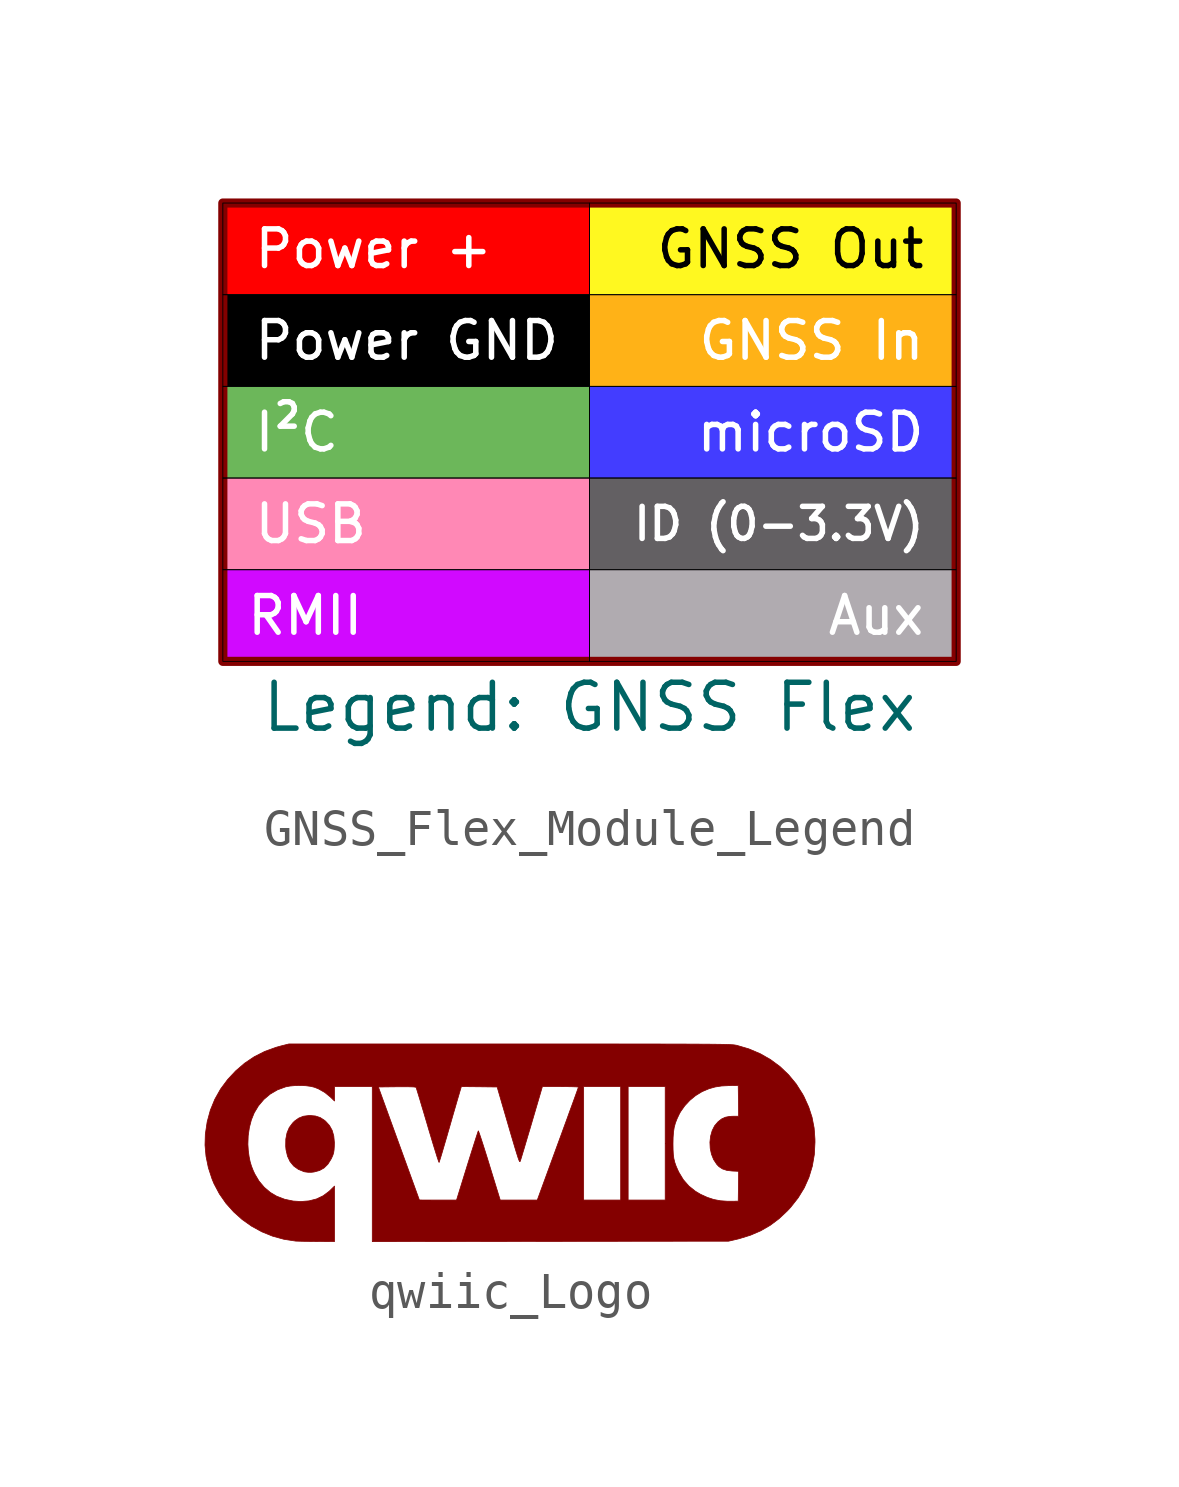
<source format=kicad_sym>
(kicad_symbol_lib
  (version 20241209)
  (generator "kicad_symbol_editor")
  (generator_version "9.0")
  (symbol "GNSS_Flex_Module_Legend"
    (pin_numbers
      (hide yes))
    (pin_names
      (offset 1.016)
      (hide yes))
    (property "Reference" "J"
      (at -9.525 7.62 0)
      (effects (font (size 1.27 1.27)) (hide yes)))
    (property "Value" "Legend: GNSS Flex"
      (at 0 -7.62 0)
      (effects (font (size 1.27 1.27))))
    (symbol "GNSS_Flex_Module_Legend_1_1"
      (rectangle (start -10.16 6.35) (end 10.16 -6.35) (stroke (width 0.254) (type default)) (fill (type none)))
      (text_box "Power +" (at -10.16 6.35 0) (size 10.16 -2.54) (margins 0.813 0.813 0.813 0.813) (stroke (width 0.025) (type solid) (color 0 0 1 1)) (fill (type color) (color 255 0 0 1)) (effects (font (size 1.016 1.016) (color 255 255 255 1)) (justify left)))
      (text_box "Power GND" (at -10.16 3.81 0) (size 10.16 -2.54) (margins 0.813 0.813 0.813 0.813) (stroke (width 0.025) (type solid) (color 0 0 1 1)) (fill (type color) (color 0 0 0 1)) (effects (font (size 1.016 1.016) (color 255 255 255 1)) (justify left)))
      (text_box "I²C" (at -10.16 1.27 0) (size 10.16 -2.54) (margins 0.813 0.813 0.813 0.813) (stroke (width 0.025) (type solid) (color 0 0 1 1)) (fill (type color) (color 108 183 90 1)) (effects (font (size 1.016 1.016) (color 255 255 255 1)) (justify left)))
      (text_box "USB" (at -10.16 -1.27 0) (size 10.16 -2.54) (margins 0.813 0.813 0.813 0.813) (stroke (width 0.025) (type solid) (color 0 0 1 1)) (fill (type color) (color 255 136 181 1)) (effects (font (size 1.016 1.016) (color 255 255 255 1)) (justify left)))
      (text_box "RMII" (at -10.16 -3.81 0) (size 10.16 -2.54) (margins 0.61 0.61 0.61 0.61) (stroke (width 0.025) (type solid) (color 0 0 1 1)) (fill (type color) (color 209 9 255 1)) (effects (font (size 1.016 1.016) (color 255 255 255 1)) (justify left)))
      (text_box "GNSS Out" (at 0 6.35 0) (size 10.16 -2.54) (margins 0.813 0.813 0.813 0.813) (stroke (width 0.025) (type solid) (color 0 0 1 1)) (fill (type color) (color 255 248 32 1)) (effects (font (size 1.016 1.016) (color 0 0 0 1)) (justify right)))
      (text_box "GNSS In" (at 0 3.81 0) (size 10.16 -2.54) (margins 0.813 0.813 0.813 0.813) (stroke (width 0.025) (type solid) (color 0 0 1 1)) (fill (type color) (color 255 178 23 1)) (effects (font (size 1.016 1.016) (color 255 255 255 1)) (justify right)))
      (text_box "microSD" (at 0 1.27 0) (size 10.16 -2.54) (margins 0.813 0.813 0.813 0.813) (stroke (width 0.025) (type solid) (color 0 0 1 1)) (fill (type color) (color 67 61 255 1)) (effects (font (size 1.016 1.016) (color 255 255 255 1)) (justify right)))
      (text_box "ID (0-3.3V)" (at 0 -1.27 0) (size 10.16 -2.54) (margins 0.813 0.813 0.813 0.813) (stroke (width 0.025) (type solid) (color 0 0 1 1)) (fill (type color) (color 99 96 99 1)) (effects (font (size 0.889 0.889) (color 255 255 255 1)) (justify right)))
      (text_box "Aux" (at 0 -3.81 0) (size 10.16 -2.54) (margins 0.813 0.813 0.813 0.813) (stroke (width 0.025) (type solid) (color 0 0 1 1)) (fill (type color) (color 176 171 176 1)) (effects (font (size 1.016 1.016) (color 255 255 255 1)) (justify right)))))
  (symbol "qwiic_Logo"
    (pin_names
      (offset 1.016))
    (property "Reference" "G"
      (at 0 3.81 0)
      (effects (font (size 1.27 1.27)) (hide yes)))
    (symbol "qwiic_Logo_0_0"
      (polyline (pts (xy -5.433 -0.845) (xy -5.281 -0.804) (xy -5.154 -0.733) (xy -5.049 -0.629) (xy -4.961 -0.489) (xy -4.939 -0.444) (xy -4.908 -0.373) (xy -4.889 -0.31) (xy -4.878 -0.236) (xy -4.871 -0.138) (xy -4.869 -0.027) (xy -4.886 0.154) (xy -4.931 0.309) (xy -5.006 0.443) (xy -5.112 0.56) (xy -5.143 0.586) (xy -5.261 0.662) (xy -5.391 0.705) (xy -5.544 0.719) (xy -5.577 0.718) (xy -5.726 0.699) (xy -5.854 0.648) (xy -5.971 0.565) (xy -6.024 0.512) (xy -6.119 0.384) (xy -6.181 0.236) (xy -6.214 0.065) (xy -6.217 -0.133) (xy -6.208 -0.23) (xy -6.167 -0.407) (xy -6.096 -0.557) (xy -5.996 -0.679) (xy -5.867 -0.772) (xy -5.71 -0.836) (xy -5.684 -0.842) (xy -5.596 -0.853) (xy -5.511 -0.854) (xy -5.433 -0.845)) (stroke (width 0.01) (type default)) (fill (type outline)))
      (polyline (pts (xy 1.114 -2.767) (xy 6.047 -2.761) (xy 6.246 -2.715) (xy 6.337 -2.693) (xy 6.651 -2.596) (xy 6.936 -2.474) (xy 7.199 -2.322) (xy 7.444 -2.138) (xy 7.676 -1.92) (xy 7.765 -1.824) (xy 7.973 -1.56) (xy 8.142 -1.284) (xy 8.272 -0.992) (xy 8.365 -0.685) (xy 8.421 -0.361) (xy 8.439 -0.02) (xy 8.438 0.066) (xy 8.415 0.375) (xy 8.358 0.668) (xy 8.266 0.951) (xy 8.138 1.234) (xy 8.097 1.31) (xy 7.918 1.593) (xy 7.708 1.847) (xy 7.471 2.073) (xy 7.207 2.268) (xy 6.919 2.432) (xy 6.607 2.564) (xy 6.273 2.662) (xy 6.259 2.665) (xy 6.24 2.668) (xy 6.219 2.672) (xy 6.193 2.675) (xy 6.162 2.678) (xy 6.123 2.68) (xy 6.075 2.683) (xy 6.018 2.685) (xy 5.949 2.687) (xy 5.867 2.689) (xy 5.771 2.69) (xy 5.659 2.692) (xy 5.53 2.693) (xy 5.382 2.694) (xy 5.215 2.695) (xy 5.026 2.696) (xy 4.815 2.697) (xy 4.579 2.698) (xy 4.318 2.698) (xy 4.03 2.699) (xy 3.713 2.699) (xy 3.367 2.699) (xy 2.989 2.7) (xy 2.579 2.7) (xy 2.135 2.7) (xy 1.655 2.7) (xy 1.139 2.7) (xy 0.584 2.7) (xy -0.01 2.7) (xy -6.129 2.7) (xy -6.351 2.644) (xy -6.484 2.607) (xy -6.796 2.494) (xy -7.085 2.348) (xy -7.352 2.169) (xy -7.602 1.954) (xy -7.823 1.718) (xy -8.02 1.452) (xy -8.18 1.168) (xy -8.304 0.865) (xy -8.391 0.544) (xy -8.442 0.203) (xy -8.451 -0.1) (xy -8.423 -0.412) (xy -8.358 -0.727) (xy -8.257 -1.037) (xy -8.202 -1.17) (xy -8.052 -1.452) (xy -7.87 -1.713) (xy -7.658 -1.95) (xy -7.42 -2.163) (xy -7.159 -2.347) (xy -6.878 -2.501) (xy -6.58 -2.622) (xy -6.267 -2.708) (xy -5.944 -2.758) (xy -5.922 -2.759) (xy -5.857 -2.761) (xy -5.761 -2.764) (xy -5.643 -2.766) (xy -5.508 -2.767) (xy -5.364 -2.769) (xy -4.866 -2.772) (xy -4.866 -2.004) (xy -4.866 -1.236) (xy -4.988 -1.355) (xy -5.014 -1.38) (xy -5.178 -1.503) (xy -5.364 -1.592) (xy -5.571 -1.645) (xy -5.796 -1.663) (xy -6.009 -1.65) (xy -6.244 -1.601) (xy -6.468 -1.515) (xy -6.642 -1.412) (xy -6.81 -1.27) (xy -6.955 -1.098) (xy -7.071 -0.903) (xy -7.116 -0.807) (xy -7.166 -0.68) (xy -7.203 -0.555) (xy -7.231 -0.417) (xy -7.253 -0.252) (xy -7.264 -0.077) (xy -7.256 0.155) (xy -7.223 0.385) (xy -7.167 0.6) (xy -7.09 0.79) (xy -6.974 0.984) (xy -6.822 1.164) (xy -6.645 1.313) (xy -6.444 1.43) (xy -6.22 1.512) (xy -6.217 1.513) (xy -6.099 1.535) (xy -5.959 1.548) (xy -5.808 1.551) (xy -5.66 1.544) (xy -5.527 1.527) (xy -5.421 1.501) (xy -5.312 1.458) (xy -5.135 1.358) (xy -4.974 1.226) (xy -4.866 1.121) (xy -4.866 1.32) (xy -4.866 1.52) (xy -4.343 1.52) (xy -3.819 1.52) (xy -3.819 1.509) (xy -3.651 1.509) (xy -3.136 1.515) (xy -3.073 1.515) (xy -2.905 1.516) (xy -2.776 1.514) (xy -2.685 1.511) (xy -2.629 1.505) (xy -2.607 1.498) (xy -2.605 1.493) (xy -2.592 1.454) (xy -2.57 1.382) (xy -2.538 1.279) (xy -2.499 1.15) (xy -2.454 0.997) (xy -2.402 0.826) (xy -2.347 0.639) (xy -2.288 0.44) (xy -2.263 0.353) (xy -2.205 0.161) (xy -2.152 -0.017) (xy -2.103 -0.177) (xy -2.06 -0.315) (xy -2.025 -0.428) (xy -1.997 -0.512) (xy -1.978 -0.564) (xy -1.97 -0.58) (xy -1.965 -0.568) (xy -1.95 -0.52) (xy -1.925 -0.44) (xy -1.892 -0.331) (xy -1.853 -0.198) (xy -1.808 -0.044) (xy -1.758 0.126) (xy -1.706 0.308) (xy -1.675 0.414) (xy -1.622 0.6) (xy -1.571 0.777) (xy -1.523 0.941) (xy -1.482 1.084) (xy -1.447 1.204) (xy -1.42 1.294) (xy -1.404 1.35) (xy -1.353 1.52) (xy -0.857 1.515) (xy -0.362 1.509) (xy -0.263 1.17) (xy -0.246 1.11) (xy -0.159 0.813) (xy -0.083 0.552) (xy -0.017 0.325) (xy 0.04 0.13) (xy 0.089 -0.034) (xy 0.13 -0.172) (xy 0.164 -0.284) (xy 0.192 -0.373) (xy 0.214 -0.442) (xy 0.232 -0.492) (xy 0.245 -0.527) (xy 0.256 -0.548) (xy 0.263 -0.558) (xy 0.269 -0.559) (xy 0.274 -0.553) (xy 0.279 -0.543) (xy 0.28 -0.539) (xy 0.293 -0.499) (xy 0.316 -0.425) (xy 0.347 -0.321) (xy 0.387 -0.19) (xy 0.432 -0.037) (xy 0.483 0.135) (xy 0.539 0.322) (xy 0.597 0.518) (xy 0.891 1.52) (xy 1.39 1.52) (xy 1.492 1.519) (xy 1.62 1.518) (xy 1.729 1.516) (xy 1.814 1.513) (xy 1.869 1.51) (xy 1.889 1.506) (xy 1.888 1.502) (xy 1.875 1.465) (xy 1.85 1.394) (xy 1.813 1.291) (xy 1.766 1.16) (xy 1.709 1.003) (xy 1.643 0.824) (xy 1.571 0.624) (xy 1.492 0.408) (xy 1.408 0.177) (xy 1.319 -0.065) (xy 0.75 -1.622) (xy 2.033 -1.622) (xy 2.033 -0.051) (xy 2.033 1.52) (xy 2.546 1.52) (xy 3.059 1.52) (xy 3.059 -0.051) (xy 3.059 -1.622) (xy 3.265 -1.622) (xy 3.265 -0.051) (xy 3.265 1.52) (xy 3.778 1.52) (xy 4.292 1.52) (xy 4.292 -0.051) (xy 4.292 -0.062) (xy 4.507 -0.062) (xy 4.51 0.109) (xy 4.521 0.26) (xy 4.541 0.39) (xy 4.574 0.512) (xy 4.622 0.634) (xy 4.686 0.769) (xy 4.719 0.827) (xy 4.833 0.988) (xy 4.974 1.139) (xy 5.133 1.27) (xy 5.298 1.371) (xy 5.334 1.389) (xy 5.505 1.461) (xy 5.674 1.509) (xy 5.853 1.537) (xy 6.057 1.547) (xy 6.314 1.55) (xy 6.32 1.124) (xy 6.325 0.698) (xy 6.166 0.698) (xy 6.076 0.694) (xy 5.958 0.671) (xy 5.855 0.624) (xy 5.756 0.547) (xy 5.661 0.436) (xy 5.592 0.299) (xy 5.548 0.144) (xy 5.53 -0.02) (xy 5.538 -0.188) (xy 5.572 -0.351) (xy 5.633 -0.502) (xy 5.72 -0.634) (xy 5.781 -0.697) (xy 5.879 -0.761) (xy 5.997 -0.8) (xy 6.144 -0.818) (xy 6.325 -0.826) (xy 6.32 -1.24) (xy 6.314 -1.653) (xy 6.119 -1.656) (xy 6.024 -1.656) (xy 5.821 -1.642) (xy 5.636 -1.607) (xy 5.457 -1.548) (xy 5.268 -1.462) (xy 5.127 -1.378) (xy 4.946 -1.233) (xy 4.794 -1.059) (xy 4.673 -0.859) (xy 4.642 -0.795) (xy 4.592 -0.68) (xy 4.556 -0.577) (xy 4.531 -0.473) (xy 4.516 -0.36) (xy 4.509 -0.226) (xy 4.507 -0.062) (xy 4.292 -0.062) (xy 4.292 -1.622) (xy 3.778 -1.622) (xy 3.265 -1.622) (xy 3.059 -1.622) (xy 2.546 -1.622) (xy 2.033 -1.622) (xy 0.75 -1.622) (xy 0.236 -1.622) (xy -0.277 -1.622) (xy -0.574 -0.657) (xy -0.583 -0.626) (xy -0.641 -0.438) (xy -0.696 -0.263) (xy -0.746 -0.106) (xy -0.79 0.03) (xy -0.827 0.142) (xy -0.856 0.226) (xy -0.875 0.277) (xy -0.884 0.293) (xy -0.884 0.293) (xy -0.893 0.268) (xy -0.913 0.208) (xy -0.943 0.117) (xy -0.981 -0.002) (xy -1.026 -0.144) (xy -1.077 -0.305) (xy -1.133 -0.483) (xy -1.192 -0.672) (xy -1.486 -1.622) (xy -2.001 -1.622) (xy -2.515 -1.621) (xy -3.083 -0.056) (xy -3.651 1.509) (xy -3.819 1.509) (xy -3.819 -0.627) (xy -3.819 -2.773) (xy 1.114 -2.767)) (stroke (width 0.01) (type default)) (fill (type outline))))))
</source>
